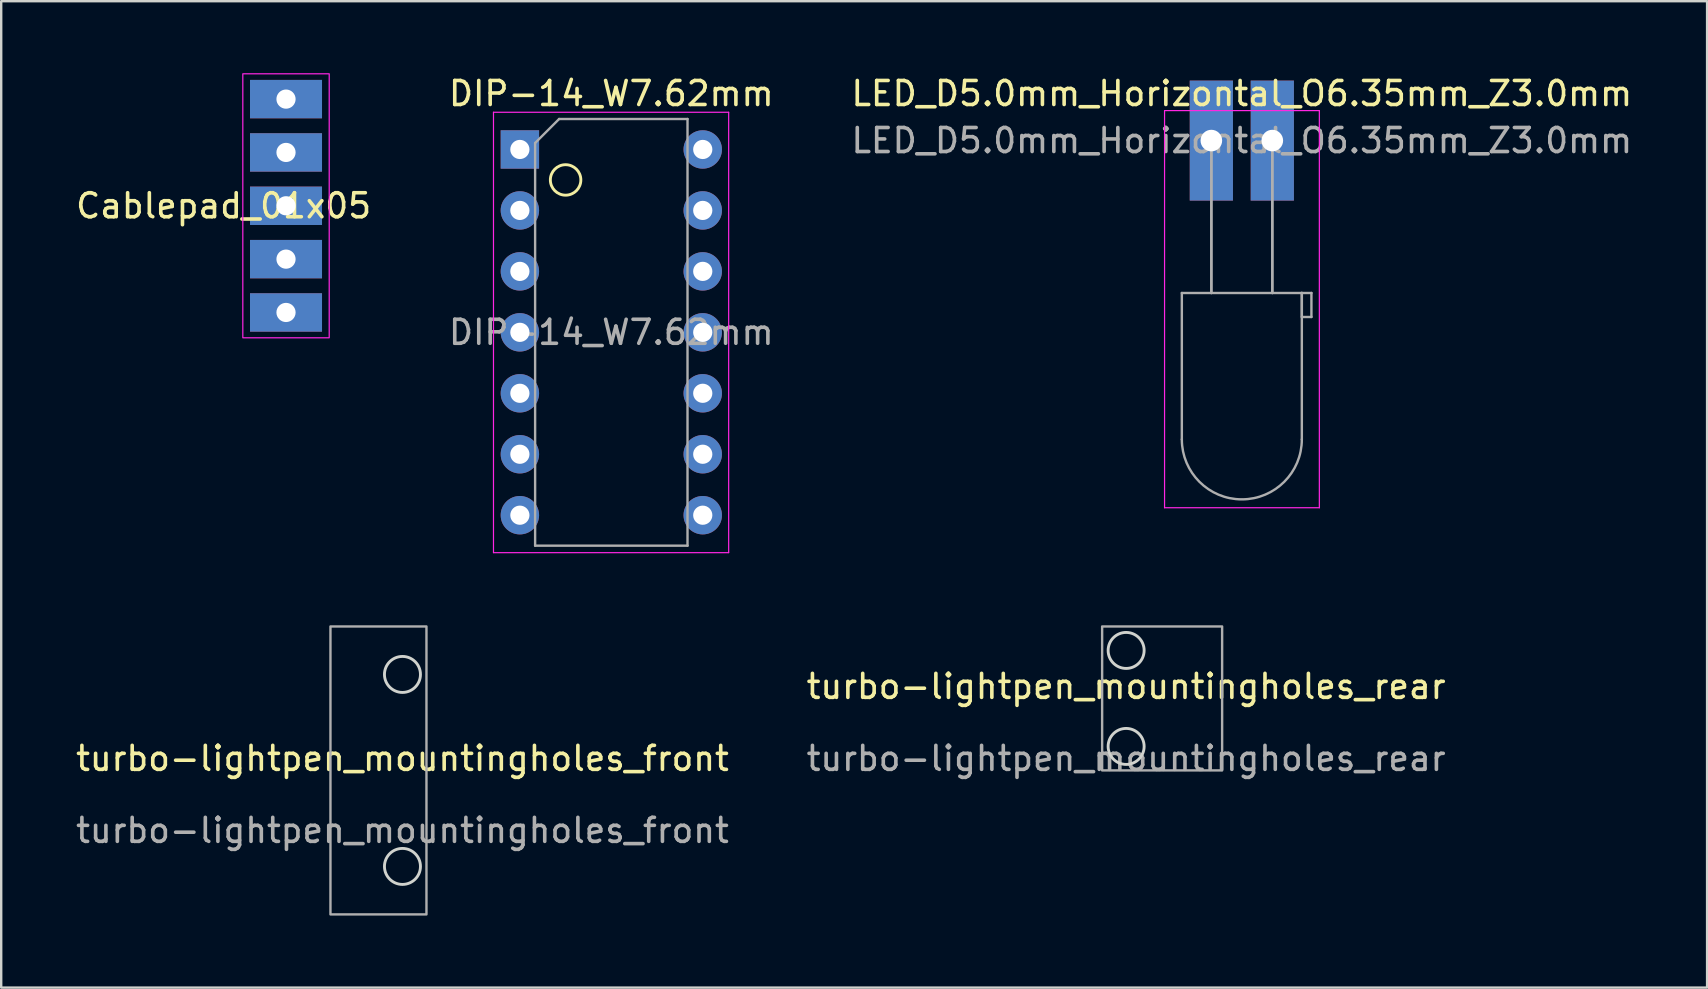
<source format=kicad_pcb>
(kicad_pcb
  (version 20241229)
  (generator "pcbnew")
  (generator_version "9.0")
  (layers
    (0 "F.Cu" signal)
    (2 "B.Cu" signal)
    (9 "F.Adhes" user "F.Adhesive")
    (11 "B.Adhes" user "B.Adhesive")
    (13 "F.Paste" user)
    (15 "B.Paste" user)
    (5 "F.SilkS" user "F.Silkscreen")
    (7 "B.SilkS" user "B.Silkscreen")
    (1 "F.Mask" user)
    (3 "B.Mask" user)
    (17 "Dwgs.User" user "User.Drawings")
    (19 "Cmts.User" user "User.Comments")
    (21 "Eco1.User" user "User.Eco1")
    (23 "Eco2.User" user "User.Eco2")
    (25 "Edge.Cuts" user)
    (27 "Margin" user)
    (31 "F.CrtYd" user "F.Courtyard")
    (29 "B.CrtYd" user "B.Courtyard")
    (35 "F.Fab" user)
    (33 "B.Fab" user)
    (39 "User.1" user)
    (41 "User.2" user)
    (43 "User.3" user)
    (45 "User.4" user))
  (footprint "DIP-14_W7.62mm"
    (layer "F.Cu")
    (at 18.613 3.178)
    (property "Reference" "DIP-14_W7.62mm" (at 3.81 -2.33 180) (layer "F.SilkS") (effects (font (size 1 1) (thickness 0.15))))
    (attr through_hole)
    (fp_circle (center 1.905 1.27) (end 2.54 1.27) (stroke (width 0.12) (type default)) (fill no) (layer "F.SilkS"))
    (fp_line (start -1.1 -1.55) (end -1.1 16.8) (stroke (width 0.05) (type solid)) (layer "F.CrtYd"))
    (fp_line (start -1.1 16.8) (end 8.7 16.8) (stroke (width 0.05) (type solid)) (layer "F.CrtYd"))
    (fp_line (start 8.7 -1.55) (end -1.1 -1.55) (stroke (width 0.05) (type solid)) (layer "F.CrtYd"))
    (fp_line (start 8.7 16.8) (end 8.7 -1.55) (stroke (width 0.05) (type solid)) (layer "F.CrtYd"))
    (fp_line (start 0.635 -0.27) (end 1.635 -1.27) (stroke (width 0.1) (type solid)) (layer "F.Fab"))
    (fp_line (start 0.635 16.51) (end 0.635 -0.27) (stroke (width 0.1) (type solid)) (layer "F.Fab"))
    (fp_line (start 1.635 -1.27) (end 6.985 -1.27) (stroke (width 0.1) (type solid)) (layer "F.Fab"))
    (fp_line (start 6.985 -1.27) (end 6.985 16.51) (stroke (width 0.1) (type solid)) (layer "F.Fab"))
    (fp_line (start 6.985 16.51) (end 0.635 16.51) (stroke (width 0.1) (type solid)) (layer "F.Fab"))
    (fp_text user "${REFERENCE}" (at 3.81 7.62 180) (layer "F.Fab") (effects (font (size 1 1) (thickness 0.15))))
    (pad "1" thru_hole rect (at 0 0) (size 1.6 1.6) (drill 0.8) (layers "*.Cu" "*.Mask"))
    (pad "2" thru_hole oval (at 0 2.54) (size 1.6 1.6) (drill 0.8) (layers "*.Cu" "*.Mask"))
    (pad "3" thru_hole oval (at 0 5.08) (size 1.6 1.6) (drill 0.8) (layers "*.Cu" "*.Mask"))
    (pad "4" thru_hole oval (at 0 7.62) (size 1.6 1.6) (drill 0.8) (layers "*.Cu" "*.Mask"))
    (pad "5" thru_hole oval (at 0 10.16) (size 1.6 1.6) (drill 0.8) (layers "*.Cu" "*.Mask"))
    (pad "6" thru_hole oval (at 0 12.7) (size 1.6 1.6) (drill 0.8) (layers "*.Cu" "*.Mask"))
    (pad "7" thru_hole oval (at 0 15.24) (size 1.6 1.6) (drill 0.8) (layers "*.Cu" "*.Mask"))
    (pad "8" thru_hole oval (at 7.62 15.24) (size 1.6 1.6) (drill 0.8) (layers "*.Cu" "*.Mask"))
    (pad "9" thru_hole oval (at 7.62 12.7) (size 1.6 1.6) (drill 0.8) (layers "*.Cu" "*.Mask"))
    (pad "10" thru_hole oval (at 7.62 10.16) (size 1.6 1.6) (drill 0.8) (layers "*.Cu" "*.Mask"))
    (pad "11" thru_hole oval (at 7.62 7.62) (size 1.6 1.6) (drill 0.8) (layers "*.Cu" "*.Mask"))
    (pad "12" thru_hole oval (at 7.62 5.08) (size 1.6 1.6) (drill 0.8) (layers "*.Cu" "*.Mask"))
    (pad "13" thru_hole oval (at 7.62 2.54) (size 1.6 1.6) (drill 0.8) (layers "*.Cu" "*.Mask"))
    (pad "14" thru_hole oval (at 7.62 0) (size 1.6 1.6) (drill 0.8) (layers "*.Cu" "*.Mask")))
  (footprint "Cablepad_01x05"
    (layer "F.Cu")
    (at 8.868 5.525)
    (property "Reference" "Cablepad_01x05" (at -2.6 0 0) (layer "F.SilkS") (effects (font (size 1 1) (thickness 0.15))))
    (attr through_hole)
    (fp_rect (start -1.8 -5.5) (end 1.8 5.5) (stroke (width 0.05) (type default)) (fill no) (layer "F.CrtYd"))
    (pad "1" thru_hole rect (at 0 -4.445 90) (size 1.6 3) (drill 0.8) (layers "*.Cu" "*.Mask"))
    (pad "2" thru_hole rect (at 0 -2.223 90) (size 1.6 3) (drill 0.8) (layers "*.Cu" "*.Mask"))
    (pad "3" thru_hole rect (at 0 0 90) (size 1.6 3) (drill 0.8) (layers "*.Cu" "*.Mask"))
    (pad "4" thru_hole rect (at 0 2.223 90) (size 1.6 3) (drill 0.8) (layers "*.Cu" "*.Mask"))
    (pad "5" thru_hole rect (at 0 4.445 90) (size 1.6 3) (drill 0.8) (layers "*.Cu" "*.Mask")))
  (footprint "turbo-lightpen_mountingholes_rear"
    (layer "F.Cu")
    (at 43.875 26.053)
    (property "Reference" "turbo-lightpen_mountingholes_rear" (at 0 -0.5 0) (unlocked yes) (layer "F.SilkS") (effects (font (size 1 1) (thickness 0.15))))
    (attr through_hole)
    (fp_circle (center 0 -2) (end 0.75 -2) (stroke (width 0.12) (type default)) (fill no) (layer "Edge.Cuts"))
    (fp_circle (center 0 2) (end 0.75 2) (stroke (width 0.12) (type default)) (fill no) (layer "Edge.Cuts"))
    (fp_rect (start -1 -3) (end 4 3) (stroke (width 0.1) (type default)) (fill no) (layer "F.Fab"))
    (fp_text user "${REFERENCE}" (at 0 2.5 0) (unlocked yes) (layer "F.Fab") (effects (font (size 1 1) (thickness 0.15)))))
  (footprint "turbo-lightpen_mountingholes_front"
    (layer "F.Cu")
    (at 13.72 29.053)
    (property "Reference" "turbo-lightpen_mountingholes_front" (at 0 -0.5 0) (unlocked yes) (layer "F.SilkS") (effects (font (size 1 1) (thickness 0.15))))
    (attr through_hole)
    (fp_circle (center 0 -4) (end 0.75 -4) (stroke (width 0.12) (type default)) (fill no) (layer "Edge.Cuts"))
    (fp_circle (center 0 4) (end 0.75 4) (stroke (width 0.12) (type default)) (fill no) (layer "Edge.Cuts"))
    (fp_rect (start -3 -6) (end 1 6) (stroke (width 0.1) (type default)) (fill no) (layer "F.Fab"))
    (fp_text user "${REFERENCE}" (at 0 2.5 0) (unlocked yes) (layer "F.Fab") (effects (font (size 1 1) (thickness 0.15)))))
  (footprint "LED_D5.0mm_Horizontal_O6.35mm_Z3.0mm"
    (layer "F.Cu")
    (at 47.426 2.808)
    (property "Reference" "LED_D5.0mm_Horizontal_O6.35mm_Z3.0mm" (at 1.27 -1.96 0) (layer "F.SilkS") (effects (font (size 1 1) (thickness 0.15))))
    (attr through_hole)
    (fp_line (start -1.95 -1.25) (end -1.95 15.3) (stroke (width 0.05) (type solid)) (layer "F.CrtYd"))
    (fp_line (start -1.95 15.3) (end 4.5 15.3) (stroke (width 0.05) (type solid)) (layer "F.CrtYd"))
    (fp_line (start 4.5 -1.25) (end -1.95 -1.25) (stroke (width 0.05) (type solid)) (layer "F.CrtYd"))
    (fp_line (start 4.5 15.3) (end 4.5 -1.25) (stroke (width 0.05) (type solid)) (layer "F.CrtYd"))
    (fp_line (start -1.23 6.35) (end -1.23 12.45) (stroke (width 0.1) (type solid)) (layer "F.Fab"))
    (fp_line (start -1.23 6.35) (end 3.77 6.35) (stroke (width 0.1) (type solid)) (layer "F.Fab"))
    (fp_line (start 0 0) (end 0 0) (stroke (width 0.1) (type solid)) (layer "F.Fab"))
    (fp_line (start 0 0) (end 0 6.35) (stroke (width 0.1) (type solid)) (layer "F.Fab"))
    (fp_line (start 0 6.35) (end 0 0) (stroke (width 0.1) (type solid)) (layer "F.Fab"))
    (fp_line (start 0 6.35) (end 0 6.35) (stroke (width 0.1) (type solid)) (layer "F.Fab"))
    (fp_line (start 2.54 0) (end 2.54 0) (stroke (width 0.1) (type solid)) (layer "F.Fab"))
    (fp_line (start 2.54 0) (end 2.54 6.35) (stroke (width 0.1) (type solid)) (layer "F.Fab"))
    (fp_line (start 2.54 6.35) (end 2.54 0) (stroke (width 0.1) (type solid)) (layer "F.Fab"))
    (fp_line (start 2.54 6.35) (end 2.54 6.35) (stroke (width 0.1) (type solid)) (layer "F.Fab"))
    (fp_line (start 3.77 6.35) (end 3.77 12.45) (stroke (width 0.1) (type solid)) (layer "F.Fab"))
    (fp_line (start 3.77 6.35) (end 4.17 6.35) (stroke (width 0.1) (type solid)) (layer "F.Fab"))
    (fp_line (start 3.77 7.35) (end 3.77 6.35) (stroke (width 0.1) (type solid)) (layer "F.Fab"))
    (fp_line (start 4.17 6.35) (end 4.17 7.35) (stroke (width 0.1) (type solid)) (layer "F.Fab"))
    (fp_line (start 4.17 7.35) (end 3.77 7.35) (stroke (width 0.1) (type solid)) (layer "F.Fab"))
    (fp_arc (start 3.77 12.45) (mid 1.27 14.95) (end -1.23 12.45) (stroke (width 0.1) (type solid)) (layer "F.Fab"))
    (fp_text user "${REFERENCE}" (at 1.27 0 0) (layer "F.Fab") (effects (font (size 1 1) (thickness 0.15))))
    (pad "1" thru_hole rect (at 2.54 0) (size 1.8 5) (drill 0.9) (layers "*.Cu" "*.Mask"))
    (pad "2" thru_hole rect (at 0 0) (size 1.8 5) (drill 0.9) (layers "*.Cu" "*.Mask")))
  (gr_rect
    (start -3 -3)
    (end 68.083 38.103)
    (stroke (width 0.1) (type default))
    (fill no)
    (layer "Edge.Cuts")))
</source>
